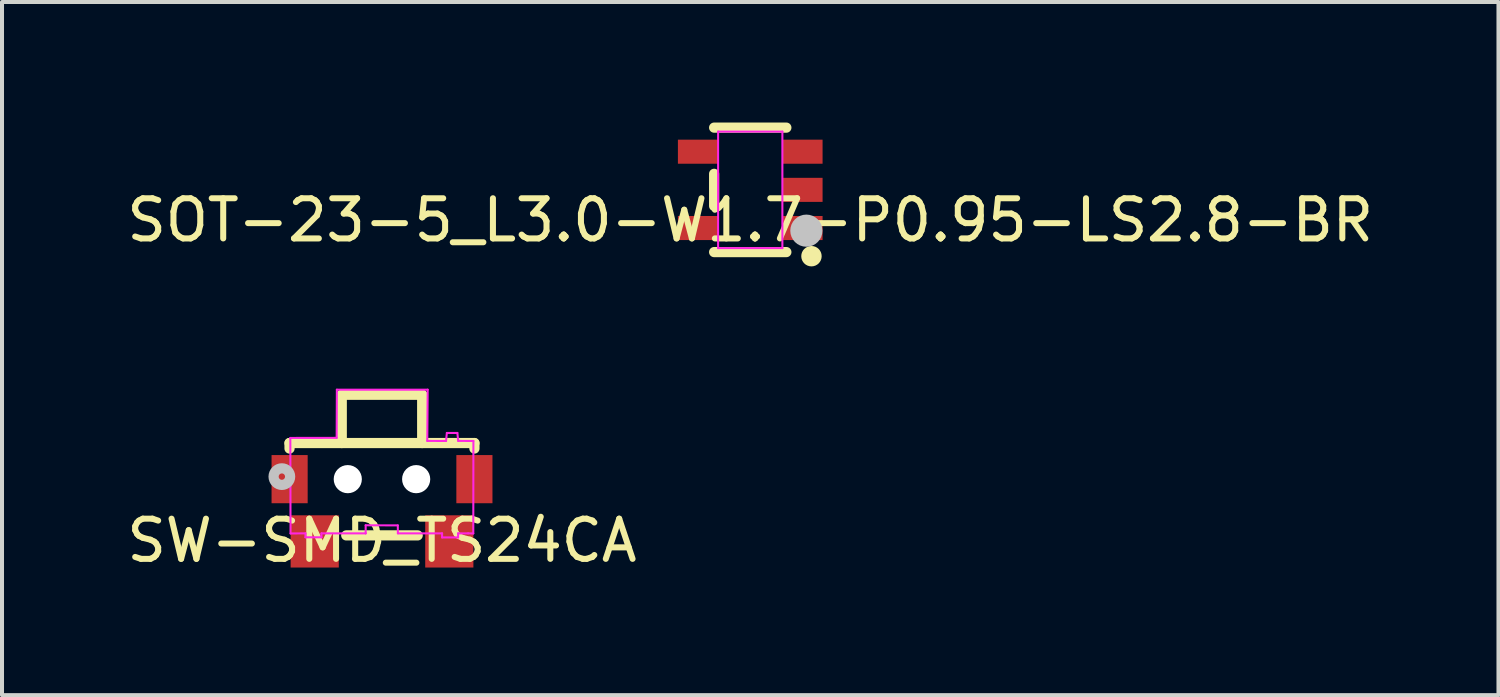
<source format=kicad_pcb>
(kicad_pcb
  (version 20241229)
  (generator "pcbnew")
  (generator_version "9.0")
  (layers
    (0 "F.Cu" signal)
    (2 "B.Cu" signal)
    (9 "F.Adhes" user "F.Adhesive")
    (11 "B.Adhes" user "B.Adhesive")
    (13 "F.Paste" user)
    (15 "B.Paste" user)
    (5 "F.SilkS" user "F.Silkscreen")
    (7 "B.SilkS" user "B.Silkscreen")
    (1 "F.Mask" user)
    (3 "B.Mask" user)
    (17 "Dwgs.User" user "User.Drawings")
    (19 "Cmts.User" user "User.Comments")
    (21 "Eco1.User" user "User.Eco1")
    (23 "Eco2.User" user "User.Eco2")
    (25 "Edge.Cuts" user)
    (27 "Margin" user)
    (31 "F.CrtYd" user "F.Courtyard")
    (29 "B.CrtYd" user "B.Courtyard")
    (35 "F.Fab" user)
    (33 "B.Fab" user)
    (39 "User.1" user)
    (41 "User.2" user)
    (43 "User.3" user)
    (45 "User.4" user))
  (footprint "SW-SMD_TS24CA"
    (layer "F.Cu")
    (at 6.458 9.652)
    (property "Reference" "SW-SMD_TS24CA" (at 0 0.754 0) (layer "F.SilkS") (effects (font (size 1 1) (thickness 0.15))))
    (attr through_hole)
    (fp_line (start -2.301 -1.674) (end 2.301 -1.674) (stroke (width 0.254) (type solid)) (layer "F.SilkS"))
    (fp_line (start -2.301 -1.537) (end -2.301 -1.674) (stroke (width 0.254) (type solid)) (layer "F.SilkS"))
    (fp_line (start -1.001 -2.875) (end -1.001 -1.674) (stroke (width 0.254) (type solid)) (layer "F.SilkS"))
    (fp_line (start -1.001 -2.875) (end 1.001 -2.875) (stroke (width 0.254) (type solid)) (layer "F.SilkS"))
    (fp_line (start -0.889 0.625) (end 0.889 0.625) (stroke (width 0.254) (type solid)) (layer "F.SilkS"))
    (fp_line (start 1.001 -2.875) (end 1.001 -1.674) (stroke (width 0.254) (type solid)) (layer "F.SilkS"))
    (fp_line (start 2.301 -1.674) (end 2.301 -1.537) (stroke (width 0.254) (type solid)) (layer "F.SilkS"))
    (fp_circle (center -2.492 -0.838) (end -2.413 -0.838) (stroke (width 0.254) (type solid)) (fill no) (layer "Dwgs.User"))
    (fp_poly (pts (xy 2.164 -0.726) (xy 2.273 -0.726) (xy 2.276 -0.726) (xy 2.276 -1.374) (xy 2.167 -1.374) (xy 2.167 -0.726)) (stroke (width 0.005) (type solid)) (fill no) (layer "Eco2.User"))
    (fp_poly (pts (xy -2.174 -0.726) (xy -2.273 -0.726) (xy -2.276 -0.726) (xy -2.276 -1.374) (xy -2.273 -1.377) (xy -2.174 -1.377) (xy -2.174 -0.726) (xy -2.179 -0.726) (xy -2.195 -0.726)) (stroke (width 0.005) (type solid)) (fill no) (layer "Eco2.User"))
    (fp_poly (pts (xy -2.154 0.124) (xy -2.154 0.574) (xy -1.905 0.574) (xy -1.905 0.676) (xy -1.506 0.676) (xy -1.506 0.574) (xy -1.074 0.574) (xy -1.074 0.124) (xy -1.077 0.124) (xy -2.154 0.124) (xy -2.154 0.132) (xy -2.154 0.127)) (stroke (width 0.005) (type solid)) (fill no) (layer "Eco2.User"))
    (fp_poly (pts (xy 2.146 0.124) (xy 2.146 0.574) (xy 1.897 0.574) (xy 1.897 0.673) (xy 1.496 0.673) (xy 1.496 0.574) (xy 1.074 0.574) (xy 1.074 0.577) (xy 1.074 0.462) (xy 1.074 0.348) (xy 1.074 0.127) (xy 1.077 0.124) (xy 2.146 0.122) (xy 2.146 0.13) (xy 2.146 0.124)) (stroke (width 0.005) (type solid)) (fill no) (layer "Eco2.User"))
    (fp_poly (pts (xy -2.225 -3.007) (xy -2.226 -3.019) (xy -2.23 -3.031) (xy -2.235 -3.041) (xy -2.243 -3.05) (xy -2.252 -3.058) (xy -2.263 -3.064) (xy -2.274 -3.067) (xy -2.286 -3.068) (xy -2.298 -3.067) (xy -2.309 -3.064) (xy -2.32 -3.058) (xy -2.329 -3.05) (xy -2.337 -3.041) (xy -2.342 -3.031) (xy -2.346 -3.019) (xy -2.347 -3.007) (xy -2.346 -2.995) (xy -2.342 -2.984) (xy -2.337 -2.974) (xy -2.329 -2.964) (xy -2.32 -2.957) (xy -2.309 -2.951) (xy -2.298 -2.948) (xy -2.286 -2.946) (xy -2.274 -2.948) (xy -2.263 -2.951) (xy -2.252 -2.957) (xy -2.243 -2.964) (xy -2.235 -2.974) (xy -2.23 -2.984) (xy -2.226 -2.995)) (stroke (width 0.005) (type solid)) (fill no) (layer "Eco2.User"))
    (fp_poly (pts (xy -0.437 -0.775) (xy -0.445 -0.856) (xy -0.468 -0.933) (xy -0.507 -1.005) (xy -0.558 -1.067) (xy -0.621 -1.119) (xy -0.693 -1.157) (xy -0.77 -1.181) (xy -0.851 -1.189) (xy -0.932 -1.181) (xy -1.009 -1.157) (xy -1.081 -1.119) (xy -1.144 -1.067) (xy -1.195 -1.005) (xy -1.233 -0.933) (xy -1.257 -0.856) (xy -1.265 -0.775) (xy -1.257 -0.694) (xy -1.233 -0.616) (xy -1.195 -0.545) (xy -1.144 -0.482) (xy -1.081 -0.43) (xy -1.009 -0.392) (xy -0.932 -0.369) (xy -0.851 -0.361) (xy -0.77 -0.369) (xy -0.693 -0.392) (xy -0.621 -0.43) (xy -0.558 -0.482) (xy -0.507 -0.545) (xy -0.468 -0.616) (xy -0.445 -0.694)) (stroke (width 0.005) (type solid)) (fill no) (layer "Eco2.User"))
    (fp_poly (pts (xy 1.265 -0.775) (xy 1.257 -0.856) (xy 1.233 -0.933) (xy 1.195 -1.005) (xy 1.144 -1.067) (xy 1.081 -1.119) (xy 1.009 -1.157) (xy 0.932 -1.181) (xy 0.851 -1.189) (xy 0.77 -1.181) (xy 0.693 -1.157) (xy 0.621 -1.119) (xy 0.558 -1.067) (xy 0.507 -1.005) (xy 0.468 -0.933) (xy 0.445 -0.856) (xy 0.437 -0.775) (xy 0.445 -0.694) (xy 0.468 -0.616) (xy 0.507 -0.545) (xy 0.558 -0.482) (xy 0.621 -0.43) (xy 0.693 -0.392) (xy 0.77 -0.369) (xy 0.851 -0.361) (xy 0.932 -0.369) (xy 1.009 -0.392) (xy 1.081 -0.43) (xy 1.144 -0.482) (xy 1.195 -0.545) (xy 1.233 -0.616) (xy 1.257 -0.694)) (stroke (width 0.005) (type solid)) (fill no) (layer "Eco2.User"))
    (fp_line (start -2.281 -1.801) (end -2.276 0.577) (stroke (width 0.051) (type solid)) (layer "F.CrtYd"))
    (fp_line (start -2.276 0.577) (end -1.905 0.574) (stroke (width 0.051) (type solid)) (layer "F.CrtYd"))
    (fp_line (start -1.905 0.574) (end -1.905 0.673) (stroke (width 0.051) (type solid)) (layer "F.CrtYd"))
    (fp_line (start -1.905 0.673) (end -1.506 0.673) (stroke (width 0.051) (type solid)) (layer "F.CrtYd"))
    (fp_line (start -1.506 0.574) (end -0.406 0.574) (stroke (width 0.051) (type solid)) (layer "F.CrtYd"))
    (fp_line (start -1.506 0.673) (end -1.506 0.574) (stroke (width 0.051) (type solid)) (layer "F.CrtYd"))
    (fp_line (start -1.128 -1.803) (end -2.281 -1.801) (stroke (width 0.051) (type solid)) (layer "F.CrtYd"))
    (fp_line (start -1.123 -3.002) (end -1.128 -1.803) (stroke (width 0.051) (type solid)) (layer "F.CrtYd"))
    (fp_line (start -0.406 0.373) (end 0.394 0.376) (stroke (width 0.051) (type solid)) (layer "F.CrtYd"))
    (fp_line (start -0.406 0.574) (end -0.406 0.373) (stroke (width 0.051) (type solid)) (layer "F.CrtYd"))
    (fp_line (start -0.406 0.574) (end -0.406 0.574) (stroke (width 0.051) (type solid)) (layer "F.CrtYd"))
    (fp_line (start 0.394 0.376) (end 0.396 0.574) (stroke (width 0.051) (type solid)) (layer "F.CrtYd"))
    (fp_line (start 0.396 0.574) (end 1.496 0.574) (stroke (width 0.051) (type solid)) (layer "F.CrtYd"))
    (fp_line (start 1.128 -1.727) (end 1.138 -3.002) (stroke (width 0.051) (type solid)) (layer "F.CrtYd"))
    (fp_line (start 1.138 -3.002) (end -1.123 -3.002) (stroke (width 0.051) (type solid)) (layer "F.CrtYd"))
    (fp_line (start 1.496 0.574) (end 1.496 0.676) (stroke (width 0.051) (type solid)) (layer "F.CrtYd"))
    (fp_line (start 1.496 0.676) (end 1.895 0.676) (stroke (width 0.051) (type solid)) (layer "F.CrtYd"))
    (fp_line (start 1.595 -1.725) (end 1.128 -1.727) (stroke (width 0.051) (type solid)) (layer "F.CrtYd"))
    (fp_line (start 1.615 -1.925) (end 1.595 -1.725) (stroke (width 0.051) (type solid)) (layer "F.CrtYd"))
    (fp_line (start 1.877 -1.925) (end 1.615 -1.925) (stroke (width 0.051) (type solid)) (layer "F.CrtYd"))
    (fp_line (start 1.895 0.574) (end 2.144 0.574) (stroke (width 0.051) (type solid)) (layer "F.CrtYd"))
    (fp_line (start 1.895 0.676) (end 1.895 0.574) (stroke (width 0.051) (type solid)) (layer "F.CrtYd"))
    (fp_line (start 1.897 -1.727) (end 1.877 -1.925) (stroke (width 0.051) (type solid)) (layer "F.CrtYd"))
    (fp_line (start 2.144 0.574) (end 2.273 0.577) (stroke (width 0.051) (type solid)) (layer "F.CrtYd"))
    (fp_line (start 2.273 0.577) (end 2.276 -1.725) (stroke (width 0.051) (type solid)) (layer "F.CrtYd"))
    (fp_line (start 2.276 -1.725) (end 1.897 -1.727) (stroke (width 0.051) (type solid)) (layer "F.CrtYd"))
    (fp_circle (center -0.851 -0.775) (end -0.676 -0.775) (stroke (width 0.051) (type solid)) (fill no) (layer "F.CrtYd"))
    (fp_circle (center 0.851 -0.775) (end 1.026 -0.775) (stroke (width 0.051) (type solid)) (fill no) (layer "F.CrtYd"))
    (pad "" np_thru_hole circle (at -0.851 -0.775) (size 0.701 0.701) (drill 0.701) (layers "*.Cu" "*.Mask"))
    (pad "" np_thru_hole circle (at 0.851 -0.775) (size 0.701 0.701) (drill 0.701) (layers "*.Cu" "*.Mask"))
    (pad "1" smd rect (at -2.299 -0.775) (size 0.899 1.199) (layers "F.Cu" "F.Mask" "F.Paste"))
    (pad "2" smd rect (at 2.301 -0.775 180) (size 0.899 1.199) (layers "F.Cu" "F.Mask" "F.Paste"))
    (pad "3" smd rect (at -1.674 0.775 180) (size 1.199 1.3) (layers "F.Cu" "F.Mask" "F.Paste"))
    (pad "4" smd rect (at 1.676 0.775 180) (size 1.199 1.3) (layers "F.Cu" "F.Mask" "F.Paste")))
  (footprint "SOT-23-5_L3.0-W1.7-P0.95-LS2.8-BR"
    (layer "F.Cu")
    (at 15.625 1.676)
    (property "Reference" "SOT-23-5_L3.0-W1.7-P0.95-LS2.8-BR" (at 0 0.754 0) (layer "F.SilkS") (effects (font (size 1 1) (thickness 0.15))))
    (attr through_hole)
    (fp_line (start -0.899 -1.549) (end 0.899 -1.549) (stroke (width 0.254) (type solid)) (layer "F.SilkS"))
    (fp_line (start -0.899 0.401) (end -0.899 -0.399) (stroke (width 0.254) (type solid)) (layer "F.SilkS"))
    (fp_line (start -0.899 1.549) (end 0.899 1.549) (stroke (width 0.254) (type solid)) (layer "F.SilkS"))
    (fp_circle (center 1.524 1.651) (end 1.651 1.651) (stroke (width 0.254) (type solid)) (fill no) (layer "F.SilkS"))
    (fp_circle (center 1.397 1.016) (end 1.598 1.016) (stroke (width 0.399) (type solid)) (fill no) (layer "Dwgs.User"))
    (fp_poly (pts (xy -1.399 -0.749) (xy -1.399 -1.151) (xy -0.95 -1.151) (xy -0.95 -0.749)) (stroke (width 0.005) (type solid)) (fill no) (layer "Eco2.User"))
    (fp_poly (pts (xy -1.399 1.151) (xy -1.399 0.749) (xy -0.95 0.749) (xy -0.95 1.151)) (stroke (width 0.005) (type solid)) (fill no) (layer "Eco2.User"))
    (fp_poly (pts (xy -0.96 -0.749) (xy -0.96 -1.151) (xy -0.79 -1.151) (xy -0.79 -0.749)) (stroke (width 0.005) (type solid)) (fill no) (layer "Eco2.User"))
    (fp_poly (pts (xy -0.96 1.151) (xy -0.96 0.749) (xy -0.79 0.749) (xy -0.79 1.151)) (stroke (width 0.005) (type solid)) (fill no) (layer "Eco2.User"))
    (fp_poly (pts (xy 0.79 -0.749) (xy 0.79 -1.151) (xy 0.96 -1.151) (xy 0.96 -0.749)) (stroke (width 0.005) (type solid)) (fill no) (layer "Eco2.User"))
    (fp_poly (pts (xy 0.79 0.201) (xy 0.79 -0.201) (xy 0.96 -0.201) (xy 0.96 0.201)) (stroke (width 0.005) (type solid)) (fill no) (layer "Eco2.User"))
    (fp_poly (pts (xy 0.79 1.151) (xy 0.79 0.749) (xy 0.96 0.749) (xy 0.96 1.151)) (stroke (width 0.005) (type solid)) (fill no) (layer "Eco2.User"))
    (fp_poly (pts (xy 0.95 -0.749) (xy 0.95 -1.151) (xy 1.399 -1.151) (xy 1.399 -0.749)) (stroke (width 0.005) (type solid)) (fill no) (layer "Eco2.User"))
    (fp_poly (pts (xy 0.95 0.201) (xy 0.95 -0.201) (xy 1.399 -0.201) (xy 1.399 0.201)) (stroke (width 0.005) (type solid)) (fill no) (layer "Eco2.User"))
    (fp_poly (pts (xy 0.95 1.151) (xy 0.95 0.749) (xy 1.399 0.749) (xy 1.399 1.151)) (stroke (width 0.005) (type solid)) (fill no) (layer "Eco2.User"))
    (fp_poly (pts (xy 1.46 1.45) (xy 1.459 1.438) (xy 1.456 1.427) (xy 1.45 1.417) (xy 1.443 1.407) (xy 1.433 1.4) (xy 1.423 1.394) (xy 1.411 1.391) (xy 1.399 1.389) (xy 1.388 1.391) (xy 1.376 1.394) (xy 1.366 1.4) (xy 1.356 1.407) (xy 1.349 1.417) (xy 1.343 1.427) (xy 1.34 1.438) (xy 1.339 1.45) (xy 1.34 1.462) (xy 1.343 1.474) (xy 1.349 1.484) (xy 1.356 1.493) (xy 1.366 1.501) (xy 1.376 1.507) (xy 1.388 1.51) (xy 1.399 1.511) (xy 1.411 1.51) (xy 1.423 1.507) (xy 1.433 1.501) (xy 1.443 1.493) (xy 1.45 1.484) (xy 1.456 1.474) (xy 1.459 1.462)) (stroke (width 0.005) (type solid)) (fill no) (layer "Eco2.User"))
    (fp_line (start -0.8 -1.45) (end 0.8 -1.45) (stroke (width 0.051) (type solid)) (layer "F.CrtYd"))
    (fp_line (start -0.8 1.45) (end -0.8 -1.45) (stroke (width 0.051) (type solid)) (layer "F.CrtYd"))
    (fp_line (start 0.8 -1.45) (end 0.8 1.45) (stroke (width 0.051) (type solid)) (layer "F.CrtYd"))
    (fp_line (start 0.8 1.45) (end -0.8 1.45) (stroke (width 0.051) (type solid)) (layer "F.CrtYd"))
    (pad "1" smd rect (at 1.3 0.95) (size 1.001 0.599) (layers "F.Cu" "F.Mask" "F.Paste"))
    (pad "2" smd rect (at 1.3 0) (size 1.001 0.599) (layers "F.Cu" "F.Mask" "F.Paste"))
    (pad "3" smd rect (at 1.3 -0.95) (size 1.001 0.599) (layers "F.Cu" "F.Mask" "F.Paste"))
    (pad "4" smd rect (at -1.3 -0.95) (size 1.001 0.599) (layers "F.Cu" "F.Mask" "F.Paste"))
    (pad "5" smd rect (at -1.3 0.95) (size 1.001 0.599) (layers "F.Cu" "F.Mask" "F.Paste")))
  (gr_rect
    (start -3 -3)
    (end 34.25 14.254)
    (stroke (width 0.1) (type default))
    (fill no)
    (layer "Edge.Cuts")))
</source>
